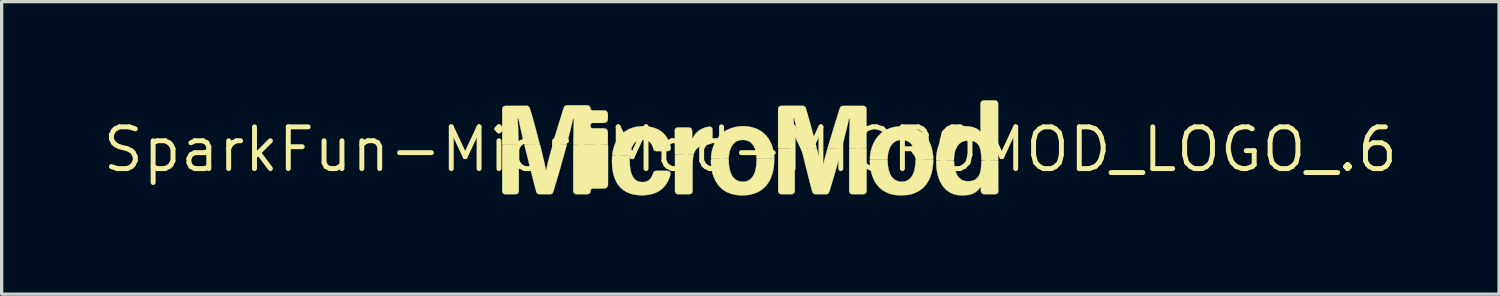
<source format=kicad_pcb>
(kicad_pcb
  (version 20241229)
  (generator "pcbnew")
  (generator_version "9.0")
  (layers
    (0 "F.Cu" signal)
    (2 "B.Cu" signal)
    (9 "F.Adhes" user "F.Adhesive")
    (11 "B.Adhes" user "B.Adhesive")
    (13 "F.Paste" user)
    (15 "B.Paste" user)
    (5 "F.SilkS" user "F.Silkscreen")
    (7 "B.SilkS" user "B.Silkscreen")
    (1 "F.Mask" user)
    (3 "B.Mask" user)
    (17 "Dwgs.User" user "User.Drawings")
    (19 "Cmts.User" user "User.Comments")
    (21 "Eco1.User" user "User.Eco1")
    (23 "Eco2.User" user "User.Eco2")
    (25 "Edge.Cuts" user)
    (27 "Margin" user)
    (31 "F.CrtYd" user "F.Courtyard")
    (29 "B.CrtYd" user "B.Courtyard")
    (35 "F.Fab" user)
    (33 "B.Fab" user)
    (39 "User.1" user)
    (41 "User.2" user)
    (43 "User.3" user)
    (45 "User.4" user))
  (footprint "SparkFun-MicroMod-MICROMOD_LOGO_.6"
    (layer "F.Cu")
    (at 19.783 1.5)
    (property "Reference" "SparkFun-MicroMod-MICROMOD_LOGO_.6" (at 0 0 0) (layer "F.SilkS") (effects (font (size 1.27 1.27) (thickness 0.15))))
    (attr exclude_from_pos_files exclude_from_bom)
    (fp_poly (pts (xy -7.551 -0.147) (xy -7.551 1.237) (xy -7.549 1.29) (xy -7.523 1.336) (xy -7.475 1.359) (xy -7.155 1.359) (xy -7.104 1.354) (xy -7.061 1.321) (xy -7.046 1.27) (xy -7.046 0.259) (xy -7.051 -0.112) (xy -7.071 -0.147) (xy -7.551 -0.147)) (stroke (width 0.008) (type solid)) (fill yes) (layer "F.SilkS"))
    (fp_poly (pts (xy 3.536 -0.028) (xy 3.058 -0.028) (xy 3.007 -0.025) (xy 3.007 1.242) (xy 3.01 1.295) (xy 3.04 1.339) (xy 3.089 1.359) (xy 3.459 1.359) (xy 3.505 1.336) (xy 3.533 1.293) (xy 3.536 1.24) (xy 3.536 0.02) (xy 3.536 -0.028)) (stroke (width 0.008) (type solid)) (fill yes) (layer "F.SilkS"))
    (fp_poly (pts (xy 1.346 -0.028) (xy 0.869 -0.028) (xy 0.846 0) (xy 0.846 1.27) (xy 0.864 1.321) (xy 0.902 1.354) (xy 0.955 1.359) (xy 1.273 1.359) (xy 1.321 1.336) (xy 1.349 1.293) (xy 1.351 1.24) (xy 1.351 0.391) (xy 1.349 0.074) (xy 1.346 -0.028)) (stroke (width 0.008) (type solid)) (fill yes) (layer "F.SilkS"))
    (fp_poly (pts (xy -1.727 0.155) (xy -2.256 0.155) (xy -2.294 0.17) (xy -2.294 1.28) (xy -2.271 1.328) (xy -2.228 1.356) (xy -2.174 1.359) (xy -1.857 1.359) (xy -1.806 1.349) (xy -1.768 1.313) (xy -1.758 1.262) (xy -1.758 0.47) (xy -1.755 0.363) (xy -1.745 0.259) (xy -1.727 0.155)) (stroke (width 0.008) (type solid)) (fill yes) (layer "F.SilkS"))
    (fp_poly (pts (xy -4.336 -0.147) (xy -5.342 -0.147) (xy -5.387 -0.14) (xy -5.39 0.175) (xy -5.39 1.234) (xy -5.39 1.288) (xy -5.364 1.333) (xy -5.319 1.356) (xy -5.265 1.359) (xy -4.948 1.359) (xy -4.9 1.341) (xy -4.867 1.3) (xy -4.862 1.247) (xy -4.841 1.201) (xy -4.793 1.186) (xy -4.475 1.186) (xy -4.422 1.184) (xy -4.374 1.161) (xy -4.343 1.12) (xy -4.331 1.069) (xy -4.331 -0.094) (xy -4.336 -0.147)) (stroke (width 0.008) (type solid)) (fill yes) (layer "F.SilkS"))
    (fp_poly (pts (xy -7.463 -1.328) (xy -7.513 -1.313) (xy -7.544 -1.273) (xy -7.551 -1.219) (xy -7.551 -0.163) (xy -7.516 -0.145) (xy -7.092 -0.145) (xy -7.051 -0.157) (xy -7.064 -0.579) (xy -7.074 -0.79) (xy -7.084 -0.95) (xy -7.056 -0.935) (xy -6.99 -0.625) (xy -6.883 -0.163) (xy -6.843 -0.145) (xy -6.421 -0.145) (xy -6.416 -0.183) (xy -6.535 -0.643) (xy -6.634 -0.998) (xy -6.711 -1.252) (xy -6.734 -1.298) (xy -6.777 -1.328) (xy -6.83 -1.331) (xy -7.463 -1.328)) (stroke (width 0.008) (type solid)) (fill yes) (layer "F.SilkS"))
    (fp_poly (pts (xy 3.409 -1.328) (xy 2.827 -1.328) (xy 2.774 -1.321) (xy 2.736 -1.288) (xy 2.715 -1.237) (xy 2.512 -0.582) (xy 2.36 -0.074) (xy 2.349 -0.028) (xy 2.774 -0.028) (xy 2.83 -0.231) (xy 2.893 -0.488) (xy 2.944 -0.693) (xy 2.992 -0.899) (xy 3.005 -0.947) (xy 3.025 -0.917) (xy 3.015 -0.546) (xy 3.007 -0.071) (xy 3.018 -0.028) (xy 3.493 -0.028) (xy 3.533 -0.041) (xy 3.533 -1.204) (xy 3.533 -1.257) (xy 3.508 -1.303) (xy 3.462 -1.326) (xy 3.409 -1.328)) (stroke (width 0.008) (type solid)) (fill yes) (layer "F.SilkS"))
    (fp_poly (pts (xy 1.549 -0.028) (xy 1.971 -0.028) (xy 2.022 -0.03) (xy 1.943 -0.338) (xy 1.862 -0.645) (xy 1.763 -1.003) (xy 1.689 -1.257) (xy 1.664 -1.303) (xy 1.618 -1.328) (xy 1.565 -1.331) (xy 0.932 -1.331) (xy 0.881 -1.313) (xy 0.848 -1.273) (xy 0.843 -1.219) (xy 0.843 -0.056) (xy 0.869 -0.03) (xy 1.293 -0.03) (xy 1.344 -0.03) (xy 1.341 -0.241) (xy 1.331 -0.559) (xy 1.321 -0.823) (xy 1.313 -0.93) (xy 1.333 -0.955) (xy 1.379 -0.749) (xy 1.438 -0.49) (xy 1.534 -0.079) (xy 1.549 -0.028)) (stroke (width 0.008) (type solid)) (fill yes) (layer "F.SilkS"))
    (fp_poly (pts (xy 2.776 -0.028) (xy 2.352 -0.028) (xy 2.334 0.015) (xy 2.25 0.323) (xy 2.212 0.475) (xy 2.189 0.579) (xy 2.179 0.63) (xy 2.169 0.605) (xy 2.113 0.345) (xy 2.027 -0.013) (xy 1.989 -0.028) (xy 1.565 -0.028) (xy 1.56 0.005) (xy 1.712 0.622) (xy 1.816 1.031) (xy 1.885 1.288) (xy 1.91 1.333) (xy 1.956 1.356) (xy 2.009 1.359) (xy 2.327 1.359) (xy 2.372 1.336) (xy 2.4 1.293) (xy 2.492 0.988) (xy 2.581 0.683) (xy 2.682 0.328) (xy 2.738 0.122) (xy 2.776 -0.028)) (stroke (width 0.008) (type solid)) (fill yes) (layer "F.SilkS"))
    (fp_poly (pts (xy -6.403 -0.147) (xy -6.828 -0.147) (xy -6.876 -0.142) (xy -6.698 0.574) (xy -6.581 1.036) (xy -6.513 1.293) (xy -6.485 1.336) (xy -6.436 1.359) (xy -6.119 1.359) (xy -6.066 1.359) (xy -6.022 1.331) (xy -5.997 1.285) (xy -5.905 0.98) (xy -5.786 0.574) (xy -5.687 0.218) (xy -5.588 -0.137) (xy -5.631 -0.147) (xy -6.002 -0.147) (xy -6.025 -0.104) (xy -6.068 0.046) (xy -6.124 0.249) (xy -6.165 0.404) (xy -6.187 0.508) (xy -6.21 0.61) (xy -6.223 0.625) (xy -6.253 0.467) (xy -6.325 0.157) (xy -6.386 -0.097) (xy -6.403 -0.147)) (stroke (width 0.008) (type solid)) (fill yes) (layer "F.SilkS"))
    (fp_poly (pts (xy -6.015 -0.147) (xy -5.591 -0.147) (xy -5.537 -0.351) (xy -5.471 -0.607) (xy -5.4 -0.917) (xy -5.372 -0.95) (xy -5.372 -0.899) (xy -5.382 -0.528) (xy -5.387 -0.157) (xy -5.347 -0.147) (xy -4.338 -0.147) (xy -4.336 -0.196) (xy -4.336 -0.513) (xy -4.341 -0.566) (xy -4.369 -0.61) (xy -4.415 -0.638) (xy -4.465 -0.645) (xy -4.785 -0.645) (xy -4.836 -0.653) (xy -4.864 -0.693) (xy -4.864 -0.747) (xy -4.846 -0.795) (xy -4.798 -0.81) (xy -4.481 -0.81) (xy -4.427 -0.813) (xy -4.379 -0.833) (xy -4.346 -0.874) (xy -4.336 -0.927) (xy -4.336 -1.085) (xy -4.351 -1.135) (xy -4.387 -1.173) (xy -4.437 -1.191) (xy -4.808 -1.191) (xy -4.854 -1.214) (xy -4.867 -1.265) (xy -4.884 -1.313) (xy -4.928 -1.341) (xy -4.981 -1.346) (xy -5.565 -1.346) (xy -5.616 -1.341) (xy -5.659 -1.311) (xy -5.682 -1.262) (xy -5.839 -0.757) (xy -5.964 -0.351) (xy -5.992 -0.249) (xy -6.007 -0.198) (xy -6.015 -0.147)) (stroke (width 0.008) (type solid)) (fill yes) (layer "F.SilkS"))
    (fp_poly (pts (xy -1.237 -0.699) (xy -1.29 -0.691) (xy -1.341 -0.681) (xy -1.392 -0.665) (xy -1.44 -0.648) (xy -1.488 -0.625) (xy -1.534 -0.599) (xy -1.577 -0.569) (xy -1.615 -0.533) (xy -1.654 -0.498) (xy -1.687 -0.457) (xy -1.717 -0.411) (xy -1.742 -0.366) (xy -1.765 -0.32) (xy -1.768 -0.363) (xy -1.768 -0.467) (xy -1.773 -0.574) (xy -1.786 -0.625) (xy -1.821 -0.66) (xy -1.872 -0.671) (xy -2.187 -0.671) (xy -2.24 -0.668) (xy -2.283 -0.638) (xy -2.301 -0.589) (xy -2.296 -0.378) (xy -2.296 0.147) (xy -2.253 0.155) (xy -1.778 0.155) (xy -1.73 0.152) (xy -1.712 0.104) (xy -1.689 0.056) (xy -1.661 0.01) (xy -1.628 -0.028) (xy -1.59 -0.061) (xy -1.544 -0.091) (xy -1.499 -0.114) (xy -1.448 -0.132) (xy -1.397 -0.145) (xy -1.346 -0.152) (xy -1.293 -0.16) (xy -1.242 -0.163) (xy -1.191 -0.18) (xy -1.161 -0.221) (xy -1.153 -0.274) (xy -1.153 -0.589) (xy -1.158 -0.64) (xy -1.189 -0.683) (xy -1.237 -0.699)) (stroke (width 0.008) (type solid)) (fill yes) (layer "F.SilkS"))
    (fp_poly (pts (xy -3.266 -0.711) (xy -3.371 -0.706) (xy -3.475 -0.691) (xy -3.579 -0.665) (xy -3.675 -0.63) (xy -3.724 -0.605) (xy -3.769 -0.579) (xy -3.815 -0.551) (xy -3.896 -0.488) (xy -3.97 -0.411) (xy -4.003 -0.368) (xy -4.034 -0.325) (xy -4.061 -0.282) (xy -4.11 -0.188) (xy -4.148 -0.089) (xy -4.176 0.01) (xy -4.196 0.112) (xy -4.201 0.165) (xy -4.168 0.183) (xy -3.693 0.183) (xy -3.663 0.16) (xy -3.655 0.109) (xy -3.645 0.056) (xy -3.632 0.005) (xy -3.617 -0.043) (xy -3.597 -0.091) (xy -3.571 -0.137) (xy -3.543 -0.18) (xy -3.505 -0.218) (xy -3.465 -0.251) (xy -3.419 -0.277) (xy -3.368 -0.292) (xy -3.317 -0.3) (xy -3.264 -0.302) (xy -3.211 -0.297) (xy -3.16 -0.284) (xy -3.111 -0.264) (xy -3.068 -0.234) (xy -3.033 -0.196) (xy -3.002 -0.152) (xy -2.979 -0.107) (xy -2.962 -0.056) (xy -2.949 -0.005) (xy -2.916 0.033) (xy -2.865 0.048) (xy -2.55 0.048) (xy -2.497 0.046) (xy -2.449 0.025) (xy -2.423 -0.018) (xy -2.423 -0.069) (xy -2.436 -0.122) (xy -2.449 -0.173) (xy -2.466 -0.221) (xy -2.487 -0.269) (xy -2.512 -0.318) (xy -2.54 -0.361) (xy -2.568 -0.406) (xy -2.601 -0.447) (xy -2.637 -0.485) (xy -2.677 -0.521) (xy -2.718 -0.554) (xy -2.761 -0.582) (xy -2.807 -0.61) (xy -2.855 -0.63) (xy -2.903 -0.65) (xy -2.954 -0.668) (xy -3.056 -0.691) (xy -3.16 -0.706) (xy -3.266 -0.711)) (stroke (width 0.008) (type solid)) (fill yes) (layer "F.SilkS"))
    (fp_poly (pts (xy -0.218 -0.711) (xy -0.325 -0.706) (xy -0.429 -0.691) (xy -0.48 -0.681) (xy -0.584 -0.65) (xy -0.681 -0.61) (xy -0.729 -0.587) (xy -0.775 -0.559) (xy -0.818 -0.528) (xy -0.859 -0.495) (xy -0.899 -0.46) (xy -0.97 -0.381) (xy -1.031 -0.295) (xy -1.059 -0.249) (xy -1.085 -0.201) (xy -1.105 -0.152) (xy -1.143 -0.053) (xy -1.171 0.046) (xy -1.189 0.15) (xy -1.199 0.257) (xy -1.168 0.279) (xy -0.691 0.279) (xy -0.658 0.257) (xy -0.648 0.15) (xy -0.64 0.099) (xy -0.627 0.046) (xy -0.612 -0.003) (xy -0.592 -0.051) (xy -0.569 -0.099) (xy -0.538 -0.142) (xy -0.505 -0.183) (xy -0.465 -0.218) (xy -0.422 -0.249) (xy -0.373 -0.269) (xy -0.323 -0.284) (xy -0.269 -0.29) (xy -0.216 -0.292) (xy -0.163 -0.287) (xy -0.112 -0.274) (xy -0.061 -0.257) (xy -0.015 -0.234) (xy 0.025 -0.201) (xy 0.061 -0.163) (xy 0.094 -0.119) (xy 0.119 -0.074) (xy 0.14 -0.023) (xy 0.155 0.025) (xy 0.168 0.076) (xy 0.175 0.13) (xy 0.183 0.18) (xy 0.185 0.234) (xy 0.196 0.279) (xy 0.676 0.279) (xy 0.726 0.277) (xy 0.724 0.224) (xy 0.714 0.117) (xy 0.696 0.013) (xy 0.668 -0.086) (xy 0.65 -0.137) (xy 0.63 -0.185) (xy 0.607 -0.234) (xy 0.556 -0.328) (xy 0.49 -0.411) (xy 0.455 -0.45) (xy 0.417 -0.488) (xy 0.376 -0.523) (xy 0.333 -0.554) (xy 0.29 -0.582) (xy 0.196 -0.63) (xy 0.094 -0.665) (xy -0.005 -0.691) (xy -0.112 -0.706) (xy -0.218 -0.711)) (stroke (width 0.008) (type solid)) (fill yes) (layer "F.SilkS"))
    (fp_poly (pts (xy 5.565 0.302) (xy 5.034 0.302) (xy 5.024 0.345) (xy 5.024 0.399) (xy 5.014 0.503) (xy 5.006 0.556) (xy 4.996 0.61) (xy 4.983 0.66) (xy 4.966 0.711) (xy 4.945 0.759) (xy 4.92 0.805) (xy 4.889 0.848) (xy 4.854 0.886) (xy 4.813 0.919) (xy 4.768 0.945) (xy 4.717 0.965) (xy 4.666 0.975) (xy 4.613 0.978) (xy 4.559 0.975) (xy 4.506 0.968) (xy 4.458 0.95) (xy 4.409 0.927) (xy 4.366 0.897) (xy 4.328 0.861) (xy 4.295 0.818) (xy 4.267 0.775) (xy 4.244 0.726) (xy 4.227 0.676) (xy 4.211 0.625) (xy 4.199 0.574) (xy 4.191 0.521) (xy 4.183 0.47) (xy 4.181 0.417) (xy 4.176 0.31) (xy 4.133 0.302) (xy 3.655 0.302) (xy 3.635 0.335) (xy 3.64 0.439) (xy 3.65 0.546) (xy 3.668 0.65) (xy 3.68 0.701) (xy 3.711 0.803) (xy 3.749 0.902) (xy 3.8 0.996) (xy 3.828 1.039) (xy 3.861 1.082) (xy 3.894 1.123) (xy 3.932 1.161) (xy 3.97 1.196) (xy 4.056 1.26) (xy 4.148 1.308) (xy 4.247 1.346) (xy 4.298 1.361) (xy 4.351 1.374) (xy 4.455 1.389) (xy 4.562 1.394) (xy 4.613 1.394) (xy 4.719 1.389) (xy 4.823 1.377) (xy 4.928 1.351) (xy 5.027 1.313) (xy 5.121 1.265) (xy 5.207 1.206) (xy 5.248 1.171) (xy 5.286 1.135) (xy 5.321 1.095) (xy 5.354 1.054) (xy 5.385 1.011) (xy 5.438 0.919) (xy 5.481 0.82) (xy 5.514 0.721) (xy 5.537 0.617) (xy 5.552 0.513) (xy 5.563 0.406) (xy 5.565 0.302)) (stroke (width 0.008) (type solid)) (fill yes) (layer "F.SilkS"))
    (fp_poly (pts (xy 7.092 -1.494) (xy 7.043 -1.476) (xy 7.01 -1.435) (xy 7.003 -1.384) (xy 7.003 -0.536) (xy 6.942 -0.597) (xy 6.899 -0.627) (xy 6.853 -0.65) (xy 6.802 -0.671) (xy 6.751 -0.686) (xy 6.701 -0.696) (xy 6.647 -0.704) (xy 6.594 -0.706) (xy 6.54 -0.709) (xy 6.436 -0.706) (xy 6.33 -0.688) (xy 6.228 -0.66) (xy 6.18 -0.64) (xy 6.132 -0.617) (xy 6.086 -0.589) (xy 5.999 -0.528) (xy 5.961 -0.493) (xy 5.923 -0.455) (xy 5.888 -0.417) (xy 5.827 -0.33) (xy 5.776 -0.236) (xy 5.753 -0.188) (xy 5.718 -0.089) (xy 5.687 0.01) (xy 5.669 0.114) (xy 5.662 0.168) (xy 5.657 0.221) (xy 5.652 0.325) (xy 5.697 0.333) (xy 6.175 0.333) (xy 6.198 0.3) (xy 6.198 0.246) (xy 6.203 0.196) (xy 6.21 0.142) (xy 6.22 0.091) (xy 6.233 0.038) (xy 6.251 -0.008) (xy 6.274 -0.056) (xy 6.299 -0.102) (xy 6.332 -0.145) (xy 6.37 -0.183) (xy 6.411 -0.216) (xy 6.459 -0.239) (xy 6.507 -0.257) (xy 6.561 -0.269) (xy 6.612 -0.274) (xy 6.665 -0.272) (xy 6.718 -0.267) (xy 6.769 -0.259) (xy 6.82 -0.241) (xy 6.866 -0.216) (xy 6.906 -0.18) (xy 6.939 -0.14) (xy 6.967 -0.094) (xy 6.985 -0.046) (xy 7 0.005) (xy 7.01 0.056) (xy 7.018 0.109) (xy 7.023 0.163) (xy 7.028 0.267) (xy 7.028 0.32) (xy 7.069 0.333) (xy 7.493 0.333) (xy 7.539 0.323) (xy 7.539 -1.372) (xy 7.536 -1.425) (xy 7.508 -1.471) (xy 7.463 -1.494) (xy 7.409 -1.496) (xy 7.092 -1.494)) (stroke (width 0.008) (type solid)) (fill yes) (layer "F.SilkS"))
    (fp_poly (pts (xy 4.618 -0.711) (xy 4.511 -0.706) (xy 4.407 -0.691) (xy 4.356 -0.681) (xy 4.252 -0.653) (xy 4.155 -0.612) (xy 4.11 -0.587) (xy 4.064 -0.559) (xy 4.021 -0.528) (xy 3.978 -0.495) (xy 3.94 -0.46) (xy 3.866 -0.384) (xy 3.805 -0.297) (xy 3.754 -0.203) (xy 3.731 -0.155) (xy 3.711 -0.107) (xy 3.693 -0.056) (xy 3.678 -0.005) (xy 3.665 0.043) (xy 3.655 0.097) (xy 3.647 0.147) (xy 3.637 0.254) (xy 3.64 0.302) (xy 4.171 0.302) (xy 4.178 0.254) (xy 4.181 0.203) (xy 4.188 0.15) (xy 4.196 0.097) (xy 4.209 0.046) (xy 4.224 -0.003) (xy 4.244 -0.051) (xy 4.267 -0.099) (xy 4.298 -0.142) (xy 4.331 -0.183) (xy 4.371 -0.218) (xy 4.415 -0.249) (xy 4.463 -0.269) (xy 4.514 -0.284) (xy 4.567 -0.29) (xy 4.62 -0.292) (xy 4.674 -0.287) (xy 4.724 -0.274) (xy 4.775 -0.257) (xy 4.821 -0.234) (xy 4.864 -0.201) (xy 4.9 -0.163) (xy 4.93 -0.119) (xy 4.956 -0.074) (xy 4.976 -0.025) (xy 4.994 0.023) (xy 5.004 0.076) (xy 5.014 0.127) (xy 5.019 0.18) (xy 5.027 0.287) (xy 5.062 0.302) (xy 5.54 0.302) (xy 5.565 0.274) (xy 5.563 0.221) (xy 5.552 0.114) (xy 5.542 0.064) (xy 5.532 0.01) (xy 5.504 -0.089) (xy 5.486 -0.14) (xy 5.466 -0.188) (xy 5.446 -0.236) (xy 5.392 -0.328) (xy 5.329 -0.414) (xy 5.293 -0.452) (xy 5.255 -0.488) (xy 5.215 -0.523) (xy 5.126 -0.584) (xy 5.032 -0.63) (xy 4.933 -0.665) (xy 4.829 -0.691) (xy 4.724 -0.706) (xy 4.618 -0.711)) (stroke (width 0.008) (type solid)) (fill yes) (layer "F.SilkS"))
    (fp_poly (pts (xy 7.539 0.333) (xy 7.061 0.333) (xy 7.031 0.353) (xy 7.028 0.406) (xy 7.023 0.511) (xy 7.018 0.564) (xy 7.01 0.615) (xy 7 0.668) (xy 6.985 0.719) (xy 6.967 0.767) (xy 6.942 0.815) (xy 6.909 0.856) (xy 6.871 0.892) (xy 6.828 0.922) (xy 6.777 0.942) (xy 6.726 0.955) (xy 6.675 0.963) (xy 6.622 0.965) (xy 6.568 0.963) (xy 6.518 0.953) (xy 6.467 0.937) (xy 6.419 0.912) (xy 6.375 0.881) (xy 6.34 0.843) (xy 6.307 0.803) (xy 6.281 0.757) (xy 6.259 0.709) (xy 6.241 0.658) (xy 6.228 0.607) (xy 6.215 0.556) (xy 6.208 0.503) (xy 6.2 0.399) (xy 6.198 0.345) (xy 6.157 0.333) (xy 5.682 0.333) (xy 5.652 0.356) (xy 5.657 0.462) (xy 5.664 0.566) (xy 5.679 0.671) (xy 5.702 0.775) (xy 5.733 0.876) (xy 5.753 0.925) (xy 5.773 0.973) (xy 5.799 1.021) (xy 5.855 1.11) (xy 5.888 1.151) (xy 5.923 1.191) (xy 5.961 1.229) (xy 6.002 1.26) (xy 6.045 1.29) (xy 6.091 1.318) (xy 6.139 1.339) (xy 6.19 1.359) (xy 6.241 1.372) (xy 6.342 1.392) (xy 6.449 1.397) (xy 6.502 1.394) (xy 6.556 1.392) (xy 6.607 1.384) (xy 6.66 1.377) (xy 6.711 1.364) (xy 6.761 1.346) (xy 6.81 1.323) (xy 6.853 1.295) (xy 6.896 1.262) (xy 6.934 1.227) (xy 6.967 1.186) (xy 6.995 1.14) (xy 7.008 1.146) (xy 7.015 1.25) (xy 7.026 1.303) (xy 7.059 1.344) (xy 7.107 1.359) (xy 7.424 1.359) (xy 7.478 1.356) (xy 7.523 1.331) (xy 7.546 1.285) (xy 7.541 1.019) (xy 7.541 0.386) (xy 7.539 0.333)) (stroke (width 0.008) (type solid)) (fill yes) (layer "F.SilkS"))
    (fp_poly (pts (xy -3.665 0.183) (xy -4.194 0.183) (xy -4.209 0.226) (xy -4.211 0.333) (xy -4.211 0.386) (xy -4.206 0.493) (xy -4.201 0.546) (xy -4.196 0.597) (xy -4.178 0.701) (xy -4.153 0.805) (xy -4.135 0.856) (xy -4.115 0.904) (xy -4.094 0.953) (xy -4.069 1.001) (xy -4.044 1.046) (xy -4.011 1.087) (xy -3.978 1.13) (xy -3.942 1.168) (xy -3.901 1.204) (xy -3.861 1.237) (xy -3.815 1.265) (xy -3.769 1.293) (xy -3.721 1.313) (xy -3.673 1.333) (xy -3.622 1.351) (xy -3.52 1.374) (xy -3.414 1.389) (xy -3.31 1.394) (xy -3.203 1.389) (xy -3.096 1.377) (xy -3.045 1.369) (xy -2.995 1.354) (xy -2.944 1.339) (xy -2.893 1.321) (xy -2.845 1.298) (xy -2.799 1.275) (xy -2.753 1.247) (xy -2.71 1.214) (xy -2.67 1.181) (xy -2.634 1.143) (xy -2.598 1.102) (xy -2.565 1.062) (xy -2.537 1.016) (xy -2.512 0.97) (xy -2.489 0.922) (xy -2.469 0.874) (xy -2.451 0.823) (xy -2.436 0.772) (xy -2.431 0.719) (xy -2.456 0.673) (xy -2.502 0.65) (xy -2.555 0.648) (xy -2.873 0.648) (xy -2.924 0.665) (xy -2.954 0.706) (xy -2.972 0.757) (xy -2.992 0.805) (xy -3.018 0.853) (xy -3.048 0.894) (xy -3.086 0.93) (xy -3.132 0.958) (xy -3.183 0.978) (xy -3.233 0.986) (xy -3.287 0.991) (xy -3.34 0.986) (xy -3.391 0.975) (xy -3.442 0.958) (xy -3.487 0.93) (xy -3.526 0.894) (xy -3.559 0.851) (xy -3.586 0.808) (xy -3.609 0.759) (xy -3.625 0.709) (xy -3.64 0.658) (xy -3.65 0.605) (xy -3.658 0.554) (xy -3.665 0.5) (xy -3.67 0.394) (xy -3.673 0.34) (xy -3.67 0.236) (xy -3.665 0.183)) (stroke (width 0.008) (type solid)) (fill yes) (layer "F.SilkS"))
    (fp_poly (pts (xy 0.726 0.279) (xy 0.196 0.279) (xy 0.188 0.323) (xy 0.183 0.427) (xy 0.18 0.48) (xy 0.173 0.531) (xy 0.163 0.584) (xy 0.152 0.635) (xy 0.137 0.686) (xy 0.117 0.737) (xy 0.094 0.782) (xy 0.066 0.828) (xy 0.033 0.869) (xy -0.003 0.904) (xy -0.046 0.935) (xy -0.094 0.958) (xy -0.145 0.97) (xy -0.198 0.978) (xy -0.251 0.978) (xy -0.302 0.97) (xy -0.353 0.96) (xy -0.404 0.94) (xy -0.45 0.912) (xy -0.49 0.879) (xy -0.526 0.841) (xy -0.556 0.798) (xy -0.579 0.749) (xy -0.602 0.701) (xy -0.617 0.653) (xy -0.63 0.599) (xy -0.64 0.549) (xy -0.653 0.445) (xy -0.658 0.391) (xy -0.658 0.284) (xy -0.704 0.279) (xy -1.181 0.279) (xy -1.201 0.312) (xy -1.199 0.366) (xy -1.199 0.417) (xy -1.189 0.523) (xy -1.173 0.627) (xy -1.151 0.732) (xy -1.115 0.831) (xy -1.095 0.879) (xy -1.074 0.927) (xy -1.049 0.975) (xy -0.991 1.064) (xy -0.922 1.143) (xy -0.884 1.179) (xy -0.843 1.214) (xy -0.8 1.245) (xy -0.757 1.273) (xy -0.709 1.298) (xy -0.66 1.318) (xy -0.612 1.339) (xy -0.511 1.367) (xy -0.46 1.377) (xy -0.353 1.392) (xy -0.249 1.397) (xy -0.142 1.392) (xy -0.091 1.387) (xy 0.013 1.369) (xy 0.114 1.341) (xy 0.211 1.303) (xy 0.259 1.278) (xy 0.305 1.252) (xy 0.348 1.222) (xy 0.389 1.189) (xy 0.429 1.153) (xy 0.465 1.115) (xy 0.5 1.077) (xy 0.561 0.988) (xy 0.587 0.942) (xy 0.61 0.897) (xy 0.632 0.848) (xy 0.665 0.749) (xy 0.693 0.645) (xy 0.711 0.541) (xy 0.721 0.437) (xy 0.726 0.33) (xy 0.726 0.279)) (stroke (width 0.008) (type solid)) (fill yes) (layer "F.SilkS")))
  (gr_rect
    (start -3 -3)
    (end 42.566 5.901)
    (stroke (width 0.1) (type default))
    (fill no)
    (layer "Edge.Cuts")))
</source>
